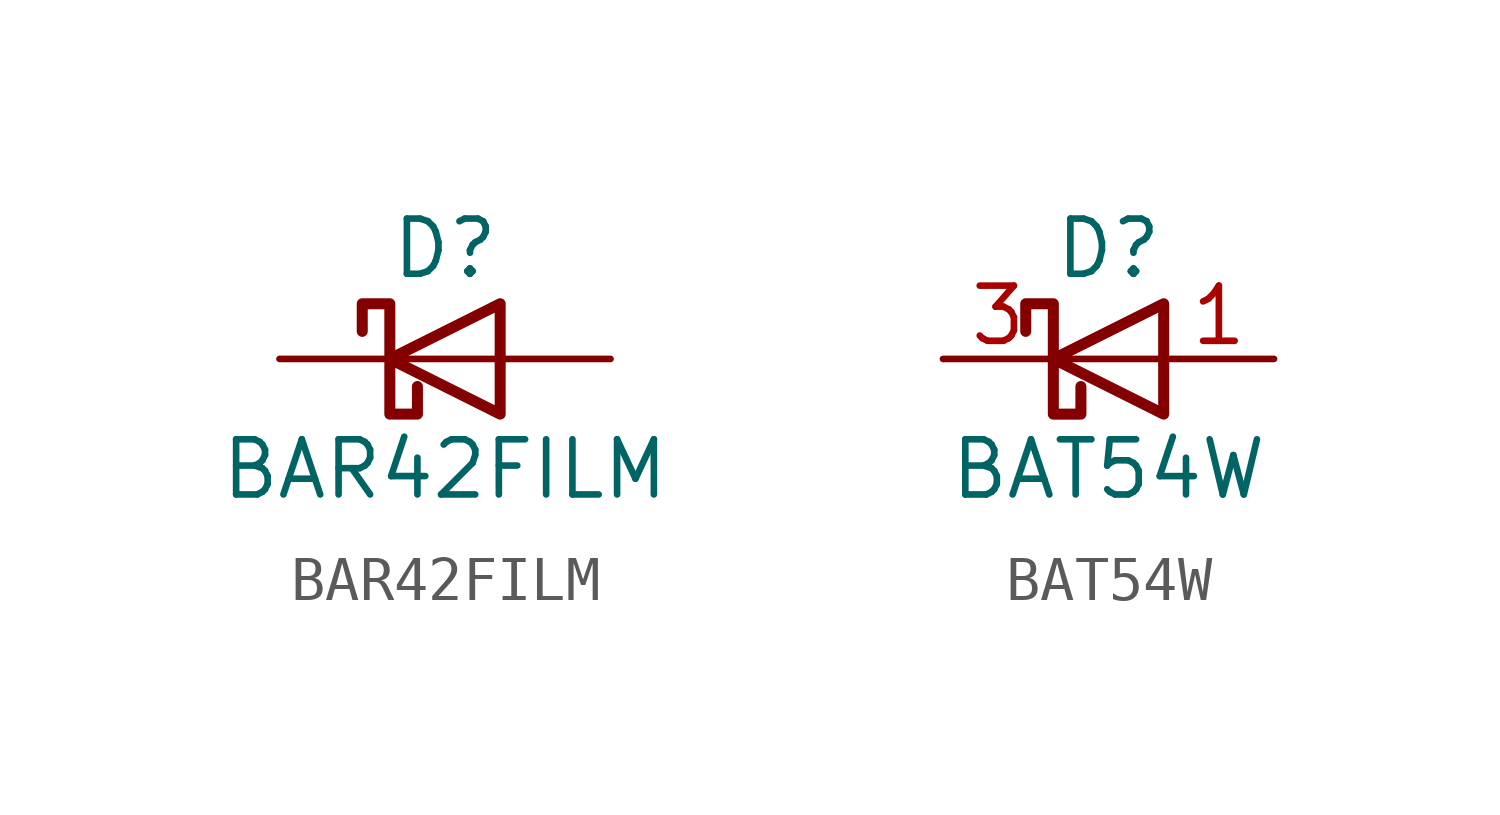
<source format=kicad_sym>
(kicad_symbol_lib
  (version 20200908)
  (generator kicad_symbol_editor)
  (symbol "Diode:BAR42FILM"
    (pin_numbers hide)
    (pin_names
      (offset 1.016) hide)
    (property "Reference" "D"
      (at 0 2.54 0)
      (effects (font (size 1.27 1.27))))
    (property "Value" "BAR42FILM"
      (at 0 -2.54 0)
      (effects (font (size 1.27 1.27))))
    (symbol "BAR42FILM_0_1"
      (polyline (pts (xy 1.27 0) (xy -1.27 0)) (stroke (width 0)) (fill (type none)))
      (polyline (pts (xy 1.27 1.27) (xy 1.27 -1.27) (xy -1.27 0) (xy 1.27 1.27)) (stroke (width 0.254)) (fill (type none)))
      (polyline (pts (xy -1.905 0.635) (xy -1.905 1.27) (xy -1.27 1.27) (xy -1.27 -1.27) (xy -0.635 -1.27) (xy -0.635 -0.635)) (stroke (width 0.254)) (fill (type none))))
    (symbol "BAR42FILM_1_1"
      (pin passive line (at 3.81 0 180) (length 2.54) (name "A" (effects (font (size 1.27 1.27)))) (number "1" (effects (font (size 1.27 1.27)))))
      (pin unconnected line (at 3.81 2.54 180) (length 2.54) hide (name "NC" (effects (font (size 1.27 1.27)))) (number "2" (effects (font (size 1.27 1.27)))))
      (pin passive line (at -3.81 0 0) (length 2.54) (name "K" (effects (font (size 1.27 1.27)))) (number "3" (effects (font (size 1.27 1.27)))))))
  (symbol "Diode:BAT54W"
    (pin_names
      (offset 1.016) hide)
    (property "Reference" "D"
      (at 0 2.54 0)
      (effects (font (size 1.27 1.27))))
    (property "Value" "BAT54W"
      (at 0 -2.54 0)
      (effects (font (size 1.27 1.27))))
    (symbol "BAT54W_0_1"
      (polyline (pts (xy 1.27 0) (xy -1.27 0)) (stroke (width 0)) (fill (type none)))
      (polyline (pts (xy 1.27 1.27) (xy 1.27 -1.27) (xy -1.27 0) (xy 1.27 1.27)) (stroke (width 0.254)) (fill (type none)))
      (polyline (pts (xy -1.905 0.635) (xy -1.905 1.27) (xy -1.27 1.27) (xy -1.27 -1.27) (xy -0.635 -1.27) (xy -0.635 -0.635)) (stroke (width 0.254)) (fill (type none))))
    (symbol "BAT54W_1_1"
      (pin passive line (at 3.81 0 180) (length 2.54) (name "A" (effects (font (size 1.27 1.27)))) (number "1" (effects (font (size 1.27 1.27)))))
      (pin unconnected line (at 0 0 90) (length 2.54) hide (name "NC" (effects (font (size 1.27 1.27)))) (number "2" (effects (font (size 1.27 1.27)))))
      (pin passive line (at -3.81 0 0) (length 2.54) (name "K" (effects (font (size 1.27 1.27)))) (number "3" (effects (font (size 1.27 1.27))))))))
</source>
